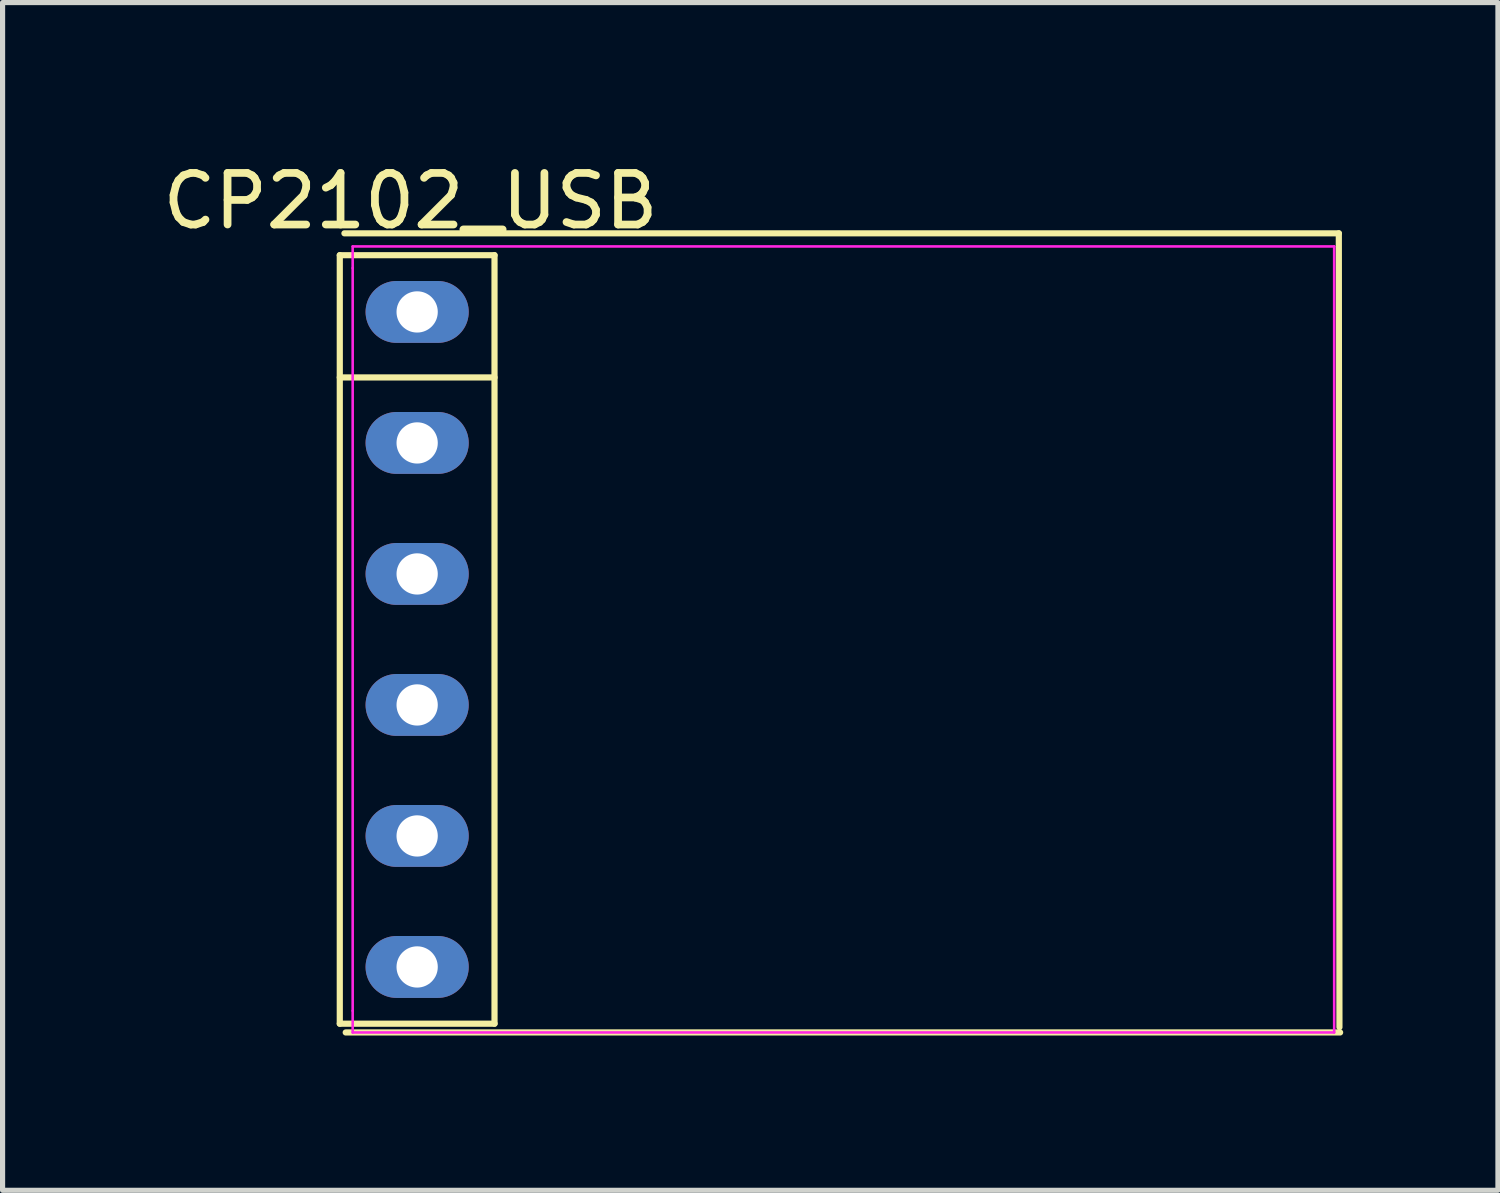
<source format=kicad_pcb>
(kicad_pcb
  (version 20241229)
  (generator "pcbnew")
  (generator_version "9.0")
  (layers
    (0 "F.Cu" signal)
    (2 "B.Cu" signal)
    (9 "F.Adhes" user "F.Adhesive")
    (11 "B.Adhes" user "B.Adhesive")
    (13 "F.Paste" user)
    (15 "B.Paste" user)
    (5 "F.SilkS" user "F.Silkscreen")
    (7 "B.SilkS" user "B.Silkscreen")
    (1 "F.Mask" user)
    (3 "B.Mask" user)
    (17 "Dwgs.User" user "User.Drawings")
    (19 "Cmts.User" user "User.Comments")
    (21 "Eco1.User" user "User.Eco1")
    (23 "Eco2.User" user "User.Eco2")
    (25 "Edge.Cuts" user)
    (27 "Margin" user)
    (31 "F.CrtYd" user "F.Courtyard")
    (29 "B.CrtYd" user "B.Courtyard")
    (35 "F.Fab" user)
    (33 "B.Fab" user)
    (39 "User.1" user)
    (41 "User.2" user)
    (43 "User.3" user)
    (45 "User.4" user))
  (footprint "CP2102_USB"
    (layer "F.Cu")
    (at 5.038 9.348)
    (property "Reference" "CP2102_USB" (at -0.128 -8.5 0) (layer "F.SilkS") (effects (font (size 1 1) (thickness 0.15))))
    (fp_line (start -1.5 -7.45) (end 1.5 -7.45) (stroke (width 0.12) (type solid)) (layer "F.SilkS"))
    (fp_line (start -1.5 7.45) (end -1.5 -7.45) (stroke (width 0.12) (type solid)) (layer "F.SilkS"))
    (fp_line (start 1.5 -7.45) (end 1.5 7.45) (stroke (width 0.12) (type solid)) (layer "F.SilkS"))
    (fp_line (start 1.5 -5.08) (end -1.5 -5.08) (stroke (width 0.12) (type solid)) (layer "F.SilkS"))
    (fp_line (start 1.5 7.45) (end -1.5 7.45) (stroke (width 0.12) (type solid)) (layer "F.SilkS"))
    (fp_line (start 17.87 -7.874) (end -1.41 -7.874) (stroke (width 0.12) (type solid)) (layer "F.SilkS"))
    (fp_line (start 17.87 -7.874) (end 17.882 7.518) (stroke (width 0.12) (type solid)) (layer "F.SilkS"))
    (fp_line (start 17.895 7.62) (end -1.385 7.62) (stroke (width 0.12) (type solid)) (layer "F.SilkS"))
    (fp_line (start -1.25 -7.62) (end -1.25 -7.2) (stroke (width 0.05) (type solid)) (layer "F.CrtYd"))
    (fp_line (start -1.25 7.2) (end -1.25 -7.2) (stroke (width 0.05) (type solid)) (layer "F.CrtYd"))
    (fp_line (start -1.25 7.2) (end -1.25 7.62) (stroke (width 0.05) (type solid)) (layer "F.CrtYd"))
    (fp_line (start 17.78 -7.62) (end -1.25 -7.62) (stroke (width 0.05) (type solid)) (layer "F.CrtYd"))
    (fp_line (start 17.78 -7.62) (end 17.78 7.62) (stroke (width 0.05) (type solid)) (layer "F.CrtYd"))
    (fp_line (start 17.78 7.62) (end -1.25 7.62) (stroke (width 0.05) (type solid)) (layer "F.CrtYd"))
    (pad "1" thru_hole oval (at 0 -6.35 270) (size 1.2 2) (drill 0.8) (layers "*.Cu" "*.Mask"))
    (pad "2" thru_hole oval (at 0 -3.81 270) (size 1.2 2) (drill 0.8) (layers "*.Cu" "*.Mask"))
    (pad "3" thru_hole oval (at 0 -1.27 270) (size 1.2 2) (drill 0.8) (layers "*.Cu" "*.Mask"))
    (pad "4" thru_hole oval (at 0 1.27 270) (size 1.2 2) (drill 0.8) (layers "*.Cu" "*.Mask"))
    (pad "5" thru_hole oval (at 0 3.81 270) (size 1.2 2) (drill 0.8) (layers "*.Cu" "*.Mask"))
    (pad "6" thru_hole oval (at 0 6.35 270) (size 1.2 2) (drill 0.8) (layers "*.Cu" "*.Mask")))
  (gr_rect
    (start -3 -3)
    (end 25.993 20.028)
    (stroke (width 0.1) (type default))
    (fill no)
    (layer "Edge.Cuts")))
</source>
